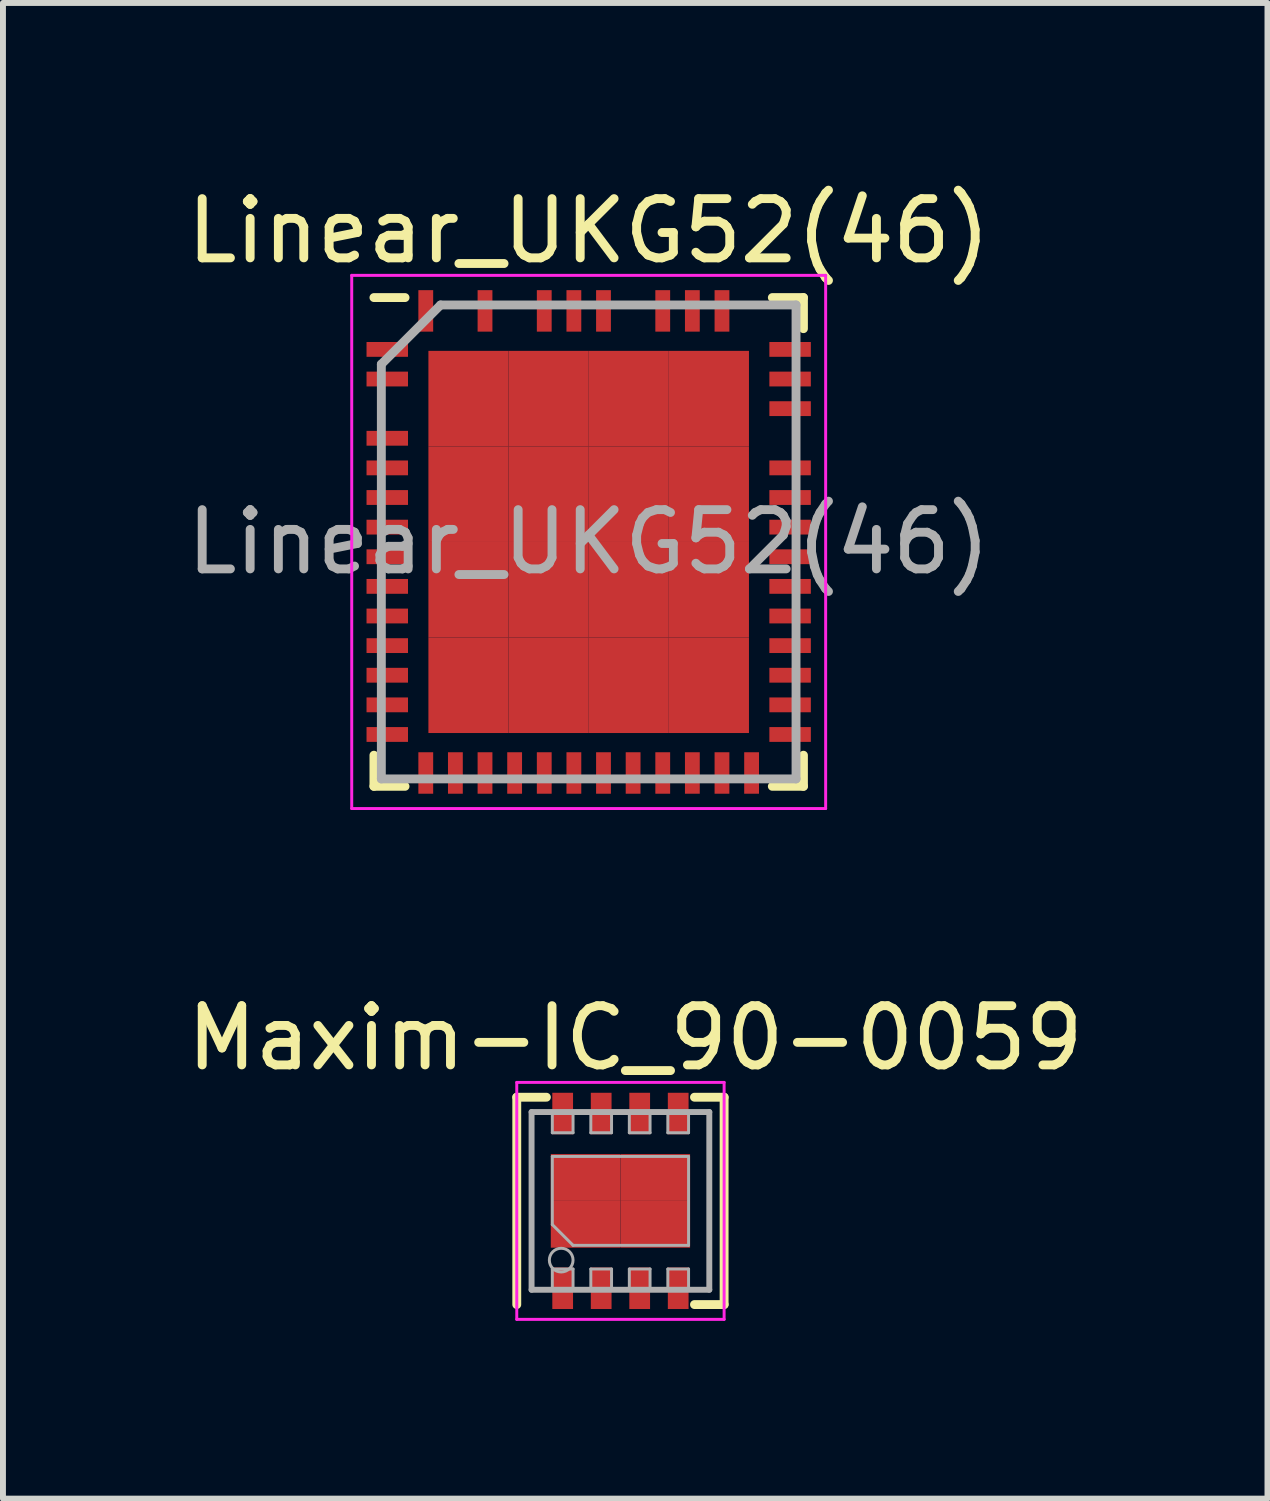
<source format=kicad_pcb>
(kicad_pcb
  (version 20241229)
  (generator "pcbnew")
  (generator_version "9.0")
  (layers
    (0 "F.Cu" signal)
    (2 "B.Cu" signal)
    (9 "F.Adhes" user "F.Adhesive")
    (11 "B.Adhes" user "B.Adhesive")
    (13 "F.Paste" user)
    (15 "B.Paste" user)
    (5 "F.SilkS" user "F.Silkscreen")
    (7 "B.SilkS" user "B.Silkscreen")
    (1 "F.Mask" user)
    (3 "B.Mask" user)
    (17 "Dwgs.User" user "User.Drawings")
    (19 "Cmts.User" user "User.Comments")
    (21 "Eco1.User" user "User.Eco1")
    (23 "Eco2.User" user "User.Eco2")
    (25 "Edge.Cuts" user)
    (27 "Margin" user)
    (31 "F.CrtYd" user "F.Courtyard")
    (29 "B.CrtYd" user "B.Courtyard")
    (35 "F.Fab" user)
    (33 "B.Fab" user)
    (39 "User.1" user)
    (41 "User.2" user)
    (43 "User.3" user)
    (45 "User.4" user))
  (footprint "Maxim-IC_90-0059"
    (layer "F.Cu")
    (at 7.423 17.221)
    (property "Reference" "Maxim-IC_90-0059" (at 0.25 -2.75 0) (layer "F.SilkS") (effects (font (size 1 1) (thickness 0.15))))
    (attr smd)
    (fp_line (start -1.75 -1.75) (end -1.25 -1.75) (stroke (width 0.15) (type solid)) (layer "F.SilkS"))
    (fp_line (start -1.75 1.75) (end -1.75 -1.75) (stroke (width 0.15) (type solid)) (layer "F.SilkS"))
    (fp_line (start 1.75 -1.75) (end 1.25 -1.75) (stroke (width 0.15) (type solid)) (layer "F.SilkS"))
    (fp_line (start 1.75 -1.75) (end 1.75 1.75) (stroke (width 0.15) (type solid)) (layer "F.SilkS"))
    (fp_line (start 1.75 1.75) (end 1.25 1.75) (stroke (width 0.15) (type solid)) (layer "F.SilkS"))
    (fp_line (start -1.75 -2) (end -1.75 2) (stroke (width 0.05) (type solid)) (layer "F.CrtYd"))
    (fp_line (start -1.75 -2) (end 1.75 -2) (stroke (width 0.05) (type solid)) (layer "F.CrtYd"))
    (fp_line (start -1.75 2) (end 1.75 2) (stroke (width 0.05) (type solid)) (layer "F.CrtYd"))
    (fp_line (start 1.75 -2) (end 1.75 2) (stroke (width 0.05) (type solid)) (layer "F.CrtYd"))
    (fp_line (start -1.5 -1.5) (end 1.5 -1.5) (stroke (width 0.1) (type solid)) (layer "F.Fab"))
    (fp_line (start -1.5 1.5) (end -1.5 -1.5) (stroke (width 0.1) (type solid)) (layer "F.Fab"))
    (fp_line (start -1.15 -1.45) (end -1.15 -1.15) (stroke (width 0.05) (type solid)) (layer "F.Fab"))
    (fp_line (start -1.15 -1.15) (end -0.8 -1.15) (stroke (width 0.05) (type solid)) (layer "F.Fab"))
    (fp_line (start -1.15 -0.75) (end 1.15 -0.75) (stroke (width 0.05) (type solid)) (layer "F.Fab"))
    (fp_line (start -1.15 0.4) (end -1.15 -0.75) (stroke (width 0.05) (type solid)) (layer "F.Fab"))
    (fp_line (start -1.15 0.4) (end -0.8 0.75) (stroke (width 0.05) (type solid)) (layer "F.Fab"))
    (fp_line (start -1.15 1.15) (end -1.15 1.45) (stroke (width 0.05) (type solid)) (layer "F.Fab"))
    (fp_line (start -0.8 -1.15) (end -0.8 -1.45) (stroke (width 0.05) (type solid)) (layer "F.Fab"))
    (fp_line (start -0.8 1.15) (end -1.15 1.15) (stroke (width 0.05) (type solid)) (layer "F.Fab"))
    (fp_line (start -0.8 1.15) (end -0.8 1.45) (stroke (width 0.05) (type solid)) (layer "F.Fab"))
    (fp_line (start -0.5 -1.45) (end -0.5 -1.15) (stroke (width 0.05) (type solid)) (layer "F.Fab"))
    (fp_line (start -0.5 -1.15) (end -0.15 -1.15) (stroke (width 0.05) (type solid)) (layer "F.Fab"))
    (fp_line (start -0.5 1.15) (end -0.5 1.45) (stroke (width 0.05) (type solid)) (layer "F.Fab"))
    (fp_line (start -0.15 -1.15) (end -0.15 -1.45) (stroke (width 0.05) (type solid)) (layer "F.Fab"))
    (fp_line (start -0.15 1.15) (end -0.5 1.15) (stroke (width 0.05) (type solid)) (layer "F.Fab"))
    (fp_line (start -0.15 1.15) (end -0.15 1.45) (stroke (width 0.05) (type solid)) (layer "F.Fab"))
    (fp_line (start 0.15 -1.45) (end 0.15 -1.15) (stroke (width 0.05) (type solid)) (layer "F.Fab"))
    (fp_line (start 0.15 -1.15) (end 0.5 -1.15) (stroke (width 0.05) (type solid)) (layer "F.Fab"))
    (fp_line (start 0.15 1.15) (end 0.15 1.45) (stroke (width 0.05) (type solid)) (layer "F.Fab"))
    (fp_line (start 0.5 -1.15) (end 0.5 -1.45) (stroke (width 0.05) (type solid)) (layer "F.Fab"))
    (fp_line (start 0.5 1.15) (end 0.15 1.15) (stroke (width 0.05) (type solid)) (layer "F.Fab"))
    (fp_line (start 0.5 1.15) (end 0.5 1.45) (stroke (width 0.05) (type solid)) (layer "F.Fab"))
    (fp_line (start 0.8 -1.45) (end 0.8 -1.15) (stroke (width 0.05) (type solid)) (layer "F.Fab"))
    (fp_line (start 0.8 -1.15) (end 1.15 -1.15) (stroke (width 0.05) (type solid)) (layer "F.Fab"))
    (fp_line (start 0.8 1.15) (end 0.8 1.45) (stroke (width 0.05) (type solid)) (layer "F.Fab"))
    (fp_line (start 1.15 -1.15) (end 1.15 -1.45) (stroke (width 0.05) (type solid)) (layer "F.Fab"))
    (fp_line (start 1.15 -0.75) (end 1.15 0.75) (stroke (width 0.05) (type solid)) (layer "F.Fab"))
    (fp_line (start 1.15 0.75) (end -0.8 0.75) (stroke (width 0.05) (type solid)) (layer "F.Fab"))
    (fp_line (start 1.15 1.15) (end 0.8 1.15) (stroke (width 0.05) (type solid)) (layer "F.Fab"))
    (fp_line (start 1.15 1.15) (end 1.15 1.45) (stroke (width 0.05) (type solid)) (layer "F.Fab"))
    (fp_line (start 1.5 -1.5) (end 1.5 1.5) (stroke (width 0.1) (type solid)) (layer "F.Fab"))
    (fp_line (start 1.5 1.5) (end -1.5 1.5) (stroke (width 0.1) (type solid)) (layer "F.Fab"))
    (fp_circle (center -1 1) (end -1 0.8) (stroke (width 0.05) (type solid)) (fill no) (layer "F.Fab"))
    (pad "1" smd rect (at -0.975 1.475 90) (size 0.7 0.35) (layers "F.Cu" "F.Mask" "F.Paste"))
    (pad "2" smd rect (at -0.325 1.475 90) (size 0.7 0.35) (layers "F.Cu" "F.Mask" "F.Paste"))
    (pad "3" smd rect (at 0.325 1.475 90) (size 0.7 0.35) (layers "F.Cu" "F.Mask" "F.Paste"))
    (pad "4" smd rect (at 0.975 1.475 90) (size 0.7 0.35) (layers "F.Cu" "F.Mask" "F.Paste"))
    (pad "5" smd rect (at 0.975 -1.475 90) (size 0.7 0.35) (layers "F.Cu" "F.Mask" "F.Paste"))
    (pad "6" smd rect (at 0.325 -1.475 90) (size 0.7 0.35) (layers "F.Cu" "F.Mask" "F.Paste"))
    (pad "7" smd rect (at -0.325 -1.475 90) (size 0.7 0.35) (layers "F.Cu" "F.Mask" "F.Paste"))
    (pad "8" smd rect (at -0.975 -1.475 90) (size 0.7 0.35) (layers "F.Cu" "F.Mask" "F.Paste"))
    (pad "9" smd rect (at -0.588 -0.395) (size 1.175 0.79) (layers "F.Cu" "F.Mask" "F.Paste"))
    (pad "9" smd rect (at -0.588 0.395) (size 1.175 0.79) (layers "F.Cu" "F.Mask" "F.Paste"))
    (pad "9" smd rect (at 0.588 -0.395) (size 1.175 0.79) (layers "F.Cu" "F.Mask" "F.Paste"))
    (pad "9" smd rect (at 0.588 0.395) (size 1.175 0.79) (layers "F.Cu" "F.Mask" "F.Paste")))
  (footprint "Linear_UKG52(46)"
    (layer "F.Cu")
    (at 6.887 6.098)
    (property "Reference" "Linear_UKG52(46)" (at 0 -5.25 0) (layer "F.SilkS") (effects (font (size 1 1) (thickness 0.15))))
    (attr smd)
    (fp_line (start -3.625 -4.125) (end -3.1 -4.125) (stroke (width 0.15) (type solid)) (layer "F.SilkS"))
    (fp_line (start -3.625 4.125) (end -3.625 3.6) (stroke (width 0.15) (type solid)) (layer "F.SilkS"))
    (fp_line (start -3.625 4.125) (end -3.1 4.125) (stroke (width 0.15) (type solid)) (layer "F.SilkS"))
    (fp_line (start 3.625 -4.125) (end 3.1 -4.125) (stroke (width 0.15) (type solid)) (layer "F.SilkS"))
    (fp_line (start 3.625 -4.125) (end 3.625 -3.6) (stroke (width 0.15) (type solid)) (layer "F.SilkS"))
    (fp_line (start 3.625 4.125) (end 3.1 4.125) (stroke (width 0.15) (type solid)) (layer "F.SilkS"))
    (fp_line (start 3.625 4.125) (end 3.625 3.6) (stroke (width 0.15) (type solid)) (layer "F.SilkS"))
    (fp_line (start -4 -4.5) (end -4 4.5) (stroke (width 0.05) (type solid)) (layer "F.CrtYd"))
    (fp_line (start -4 -4.5) (end 4 -4.5) (stroke (width 0.05) (type solid)) (layer "F.CrtYd"))
    (fp_line (start -4 4.5) (end 4 4.5) (stroke (width 0.05) (type solid)) (layer "F.CrtYd"))
    (fp_line (start 4 -4.5) (end 4 4.5) (stroke (width 0.05) (type solid)) (layer "F.CrtYd"))
    (fp_line (start -3.5 -3) (end -2.5 -4) (stroke (width 0.15) (type solid)) (layer "F.Fab"))
    (fp_line (start -3.5 4) (end -3.5 -3) (stroke (width 0.15) (type solid)) (layer "F.Fab"))
    (fp_line (start -2.5 -4) (end 3.5 -4) (stroke (width 0.15) (type solid)) (layer "F.Fab"))
    (fp_line (start 3.5 -4) (end 3.5 4) (stroke (width 0.15) (type solid)) (layer "F.Fab"))
    (fp_line (start 3.5 4) (end -3.5 4) (stroke (width 0.15) (type solid)) (layer "F.Fab"))
    (fp_text user "${REFERENCE}" (at 0 0 0) (layer "F.Fab") (effects (font (size 1 1) (thickness 0.15))))
    (pad "1" smd rect (at -3.4 -3.25) (size 0.7 0.25) (layers "F.Cu" "F.Mask" "F.Paste"))
    (pad "2" smd rect (at -3.4 -2.75) (size 0.7 0.25) (layers "F.Cu" "F.Mask" "F.Paste"))
    (pad "4" smd rect (at -3.4 -1.75) (size 0.7 0.25) (layers "F.Cu" "F.Mask" "F.Paste"))
    (pad "5" smd rect (at -3.4 -1.25) (size 0.7 0.25) (layers "F.Cu" "F.Mask" "F.Paste"))
    (pad "6" smd rect (at -3.4 -0.75) (size 0.7 0.25) (layers "F.Cu" "F.Mask" "F.Paste"))
    (pad "7" smd rect (at -3.4 -0.25) (size 0.7 0.25) (layers "F.Cu" "F.Mask" "F.Paste"))
    (pad "8" smd rect (at -3.4 0.25) (size 0.7 0.25) (layers "F.Cu" "F.Mask" "F.Paste"))
    (pad "9" smd rect (at -3.4 0.75) (size 0.7 0.25) (layers "F.Cu" "F.Mask" "F.Paste"))
    (pad "10" smd rect (at -3.4 1.25) (size 0.7 0.25) (layers "F.Cu" "F.Mask" "F.Paste"))
    (pad "11" smd rect (at -3.4 1.75) (size 0.7 0.25) (layers "F.Cu" "F.Mask" "F.Paste"))
    (pad "12" smd rect (at -3.4 2.25) (size 0.7 0.25) (layers "F.Cu" "F.Mask" "F.Paste"))
    (pad "13" smd rect (at -3.4 2.75) (size 0.7 0.25) (layers "F.Cu" "F.Mask" "F.Paste"))
    (pad "14" smd rect (at -3.4 3.25) (size 0.7 0.25) (layers "F.Cu" "F.Mask" "F.Paste"))
    (pad "15" smd rect (at -2.75 3.9 90) (size 0.7 0.25) (layers "F.Cu" "F.Mask" "F.Paste"))
    (pad "16" smd rect (at -2.25 3.9 90) (size 0.7 0.25) (layers "F.Cu" "F.Mask" "F.Paste"))
    (pad "17" smd rect (at -1.75 3.9 90) (size 0.7 0.25) (layers "F.Cu" "F.Mask" "F.Paste"))
    (pad "18" smd rect (at -1.25 3.9 90) (size 0.7 0.25) (layers "F.Cu" "F.Mask" "F.Paste"))
    (pad "19" smd rect (at -0.75 3.9 90) (size 0.7 0.25) (layers "F.Cu" "F.Mask" "F.Paste"))
    (pad "20" smd rect (at -0.25 3.9 90) (size 0.7 0.25) (layers "F.Cu" "F.Mask" "F.Paste"))
    (pad "21" smd rect (at 0.25 3.9 90) (size 0.7 0.25) (layers "F.Cu" "F.Mask" "F.Paste"))
    (pad "22" smd rect (at 0.75 3.9 90) (size 0.7 0.25) (layers "F.Cu" "F.Mask" "F.Paste"))
    (pad "23" smd rect (at 1.25 3.9 90) (size 0.7 0.25) (layers "F.Cu" "F.Mask" "F.Paste"))
    (pad "24" smd rect (at 1.75 3.9 90) (size 0.7 0.25) (layers "F.Cu" "F.Mask" "F.Paste"))
    (pad "25" smd rect (at 2.25 3.9 90) (size 0.7 0.25) (layers "F.Cu" "F.Mask" "F.Paste"))
    (pad "26" smd rect (at 2.75 3.9 90) (size 0.7 0.25) (layers "F.Cu" "F.Mask" "F.Paste"))
    (pad "27" smd rect (at 3.4 3.25) (size 0.7 0.25) (layers "F.Cu" "F.Mask" "F.Paste"))
    (pad "28" smd rect (at 3.4 2.75) (size 0.7 0.25) (layers "F.Cu" "F.Mask" "F.Paste"))
    (pad "29" smd rect (at 3.4 2.25) (size 0.7 0.25) (layers "F.Cu" "F.Mask" "F.Paste"))
    (pad "30" smd rect (at 3.4 1.75) (size 0.7 0.25) (layers "F.Cu" "F.Mask" "F.Paste"))
    (pad "31" smd rect (at 3.4 1.25) (size 0.7 0.25) (layers "F.Cu" "F.Mask" "F.Paste"))
    (pad "32" smd rect (at 3.4 0.75) (size 0.7 0.25) (layers "F.Cu" "F.Mask" "F.Paste"))
    (pad "33" smd rect (at 3.4 0.25) (size 0.7 0.25) (layers "F.Cu" "F.Mask" "F.Paste"))
    (pad "34" smd rect (at 3.4 -0.25) (size 0.7 0.25) (layers "F.Cu" "F.Mask" "F.Paste"))
    (pad "35" smd rect (at 3.4 -0.75) (size 0.7 0.25) (layers "F.Cu" "F.Mask" "F.Paste"))
    (pad "36" smd rect (at 3.4 -1.25) (size 0.7 0.25) (layers "F.Cu" "F.Mask" "F.Paste"))
    (pad "38" smd rect (at 3.4 -2.25) (size 0.7 0.25) (layers "F.Cu" "F.Mask" "F.Paste"))
    (pad "39" smd rect (at 3.4 -2.75) (size 0.7 0.25) (layers "F.Cu" "F.Mask" "F.Paste"))
    (pad "40" smd rect (at 3.4 -3.25) (size 0.7 0.25) (layers "F.Cu" "F.Mask" "F.Paste"))
    (pad "42" smd rect (at 2.25 -3.9 90) (size 0.7 0.25) (layers "F.Cu" "F.Mask" "F.Paste"))
    (pad "43" smd rect (at 1.75 -3.9 90) (size 0.7 0.25) (layers "F.Cu" "F.Mask" "F.Paste"))
    (pad "44" smd rect (at 1.25 -3.9 90) (size 0.7 0.25) (layers "F.Cu" "F.Mask" "F.Paste"))
    (pad "46" smd rect (at 0.25 -3.9 90) (size 0.7 0.25) (layers "F.Cu" "F.Mask" "F.Paste"))
    (pad "47" smd rect (at -0.25 -3.9 90) (size 0.7 0.25) (layers "F.Cu" "F.Mask" "F.Paste"))
    (pad "48" smd rect (at -0.75 -3.9 90) (size 0.7 0.25) (layers "F.Cu" "F.Mask" "F.Paste"))
    (pad "50" smd rect (at -1.75 -3.9 90) (size 0.7 0.25) (layers "F.Cu" "F.Mask" "F.Paste"))
    (pad "52" smd rect (at -2.75 -3.9 90) (size 0.7 0.25) (layers "F.Cu" "F.Mask" "F.Paste"))
    (pad "53" smd rect (at -2.029 -2.419) (size 1.353 1.613) (layers "F.Cu" "F.Mask" "F.Paste"))
    (pad "53" smd rect (at -2.029 -0.806) (size 1.353 1.613) (layers "F.Cu" "F.Mask" "F.Paste"))
    (pad "53" smd rect (at -2.029 0.806) (size 1.353 1.613) (layers "F.Cu" "F.Mask" "F.Paste"))
    (pad "53" smd rect (at -2.029 2.419) (size 1.353 1.613) (layers "F.Cu" "F.Mask" "F.Paste"))
    (pad "53" smd rect (at -0.676 -2.419) (size 1.353 1.613) (layers "F.Cu" "F.Mask" "F.Paste"))
    (pad "53" smd rect (at -0.676 -0.806) (size 1.353 1.613) (layers "F.Cu" "F.Mask" "F.Paste"))
    (pad "53" smd rect (at -0.676 0.806) (size 1.353 1.613) (layers "F.Cu" "F.Mask" "F.Paste"))
    (pad "53" smd rect (at -0.676 2.419) (size 1.353 1.613) (layers "F.Cu" "F.Mask" "F.Paste"))
    (pad "53" smd rect (at 0.676 -2.419) (size 1.353 1.613) (layers "F.Cu" "F.Mask" "F.Paste"))
    (pad "53" smd rect (at 0.676 -0.806) (size 1.353 1.613) (layers "F.Cu" "F.Mask" "F.Paste"))
    (pad "53" smd rect (at 0.676 0.806) (size 1.353 1.613) (layers "F.Cu" "F.Mask" "F.Paste"))
    (pad "53" smd rect (at 0.676 2.419) (size 1.353 1.613) (layers "F.Cu" "F.Mask" "F.Paste"))
    (pad "53" smd rect (at 2.029 -2.419) (size 1.353 1.613) (layers "F.Cu" "F.Mask" "F.Paste"))
    (pad "53" smd rect (at 2.029 -0.806) (size 1.353 1.613) (layers "F.Cu" "F.Mask" "F.Paste"))
    (pad "53" smd rect (at 2.029 0.806) (size 1.353 1.613) (layers "F.Cu" "F.Mask" "F.Paste"))
    (pad "53" smd rect (at 2.029 2.419) (size 1.353 1.613) (layers "F.Cu" "F.Mask" "F.Paste")))
  (gr_rect
    (start -3 -3)
    (end 18.345 22.247)
    (stroke (width 0.1) (type default))
    (fill no)
    (layer "Edge.Cuts")))
</source>
